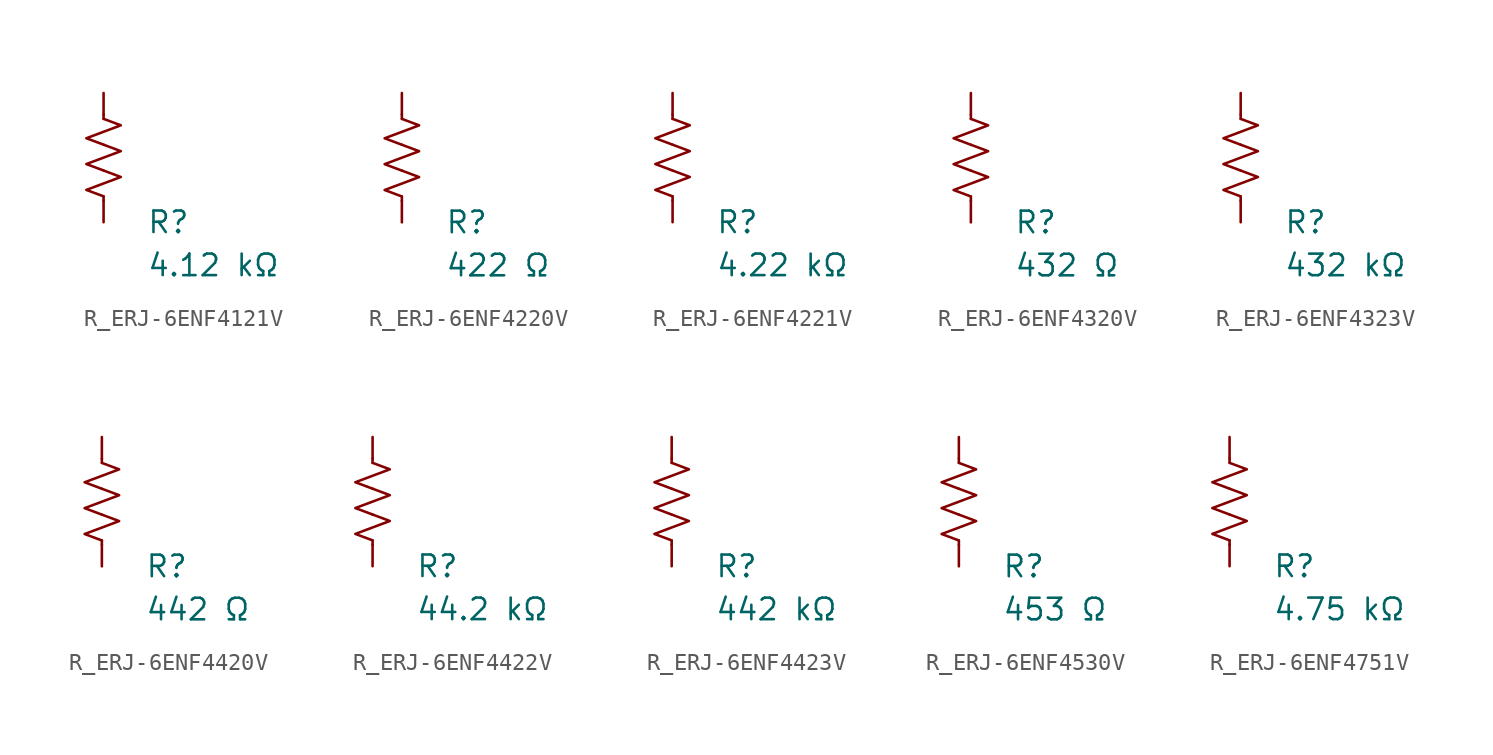
<source format=kicad_sym>
(kicad_symbol_lib
  (version 20231120)
  (generator "kicad_symbol_editor")
  (generator_version "8.0")
  (symbol "R_ERJ-6ENF4121V"
    (pin_numbers hide)
    (pin_names
      (offset 0))
    (property "Reference" "R"
      (at 2.54 -3.81 0)
      (effects (font (size 1.27 1.27)) (justify left))
      (show_name no))
    (property "Value" "4.12 kΩ"
      (at 2.54 -6.35 0)
      (effects (font (size 1.27 1.27)) (justify left))
      (show_name no))
    (symbol "R_ERJ-6ENF4121V_0_1"
      (polyline (pts (xy 0 -2.286) (xy 0 -2.54)) (stroke (width 0) (type default)) (fill (type none)))
      (polyline (pts (xy 0 2.286) (xy 0 2.54)) (stroke (width 0) (type default)) (fill (type none)))
      (polyline (pts (xy 0 -0.762) (xy 1.016 -1.143) (xy 0 -1.524) (xy -1.016 -1.905) (xy 0 -2.286)) (stroke (width 0) (type default)) (fill (type none)))
      (polyline (pts (xy 0 0.762) (xy 1.016 0.381) (xy 0 0) (xy -1.016 -0.381) (xy 0 -0.762)) (stroke (width 0) (type default)) (fill (type none)))
      (polyline (pts (xy 0 2.286) (xy 1.016 1.905) (xy 0 1.524) (xy -1.016 1.143) (xy 0 0.762)) (stroke (width 0) (type default)) (fill (type none))))
    (symbol "R_ERJ-6ENF4121V_1_1"
      (pin passive line (at 0 3.81 270) (length 1.27) (name "~" (effects (font (size 1.27 1.27)))) (number "1" (effects (font (size 1.27 1.27)))))
      (pin passive line (at 0 -3.81 90) (length 1.27) (name "~" (effects (font (size 1.27 1.27)))) (number "2" (effects (font (size 1.27 1.27)))))))
  (symbol "R_ERJ-6ENF4220V"
    (pin_numbers hide)
    (pin_names
      (offset 0))
    (property "Reference" "R"
      (at 2.54 -3.81 0)
      (effects (font (size 1.27 1.27)) (justify left))
      (show_name no))
    (property "Value" "422 Ω"
      (at 2.54 -6.35 0)
      (effects (font (size 1.27 1.27)) (justify left))
      (show_name no))
    (symbol "R_ERJ-6ENF4220V_0_1"
      (polyline (pts (xy 0 -2.286) (xy 0 -2.54)) (stroke (width 0) (type default)) (fill (type none)))
      (polyline (pts (xy 0 2.286) (xy 0 2.54)) (stroke (width 0) (type default)) (fill (type none)))
      (polyline (pts (xy 0 -0.762) (xy 1.016 -1.143) (xy 0 -1.524) (xy -1.016 -1.905) (xy 0 -2.286)) (stroke (width 0) (type default)) (fill (type none)))
      (polyline (pts (xy 0 0.762) (xy 1.016 0.381) (xy 0 0) (xy -1.016 -0.381) (xy 0 -0.762)) (stroke (width 0) (type default)) (fill (type none)))
      (polyline (pts (xy 0 2.286) (xy 1.016 1.905) (xy 0 1.524) (xy -1.016 1.143) (xy 0 0.762)) (stroke (width 0) (type default)) (fill (type none))))
    (symbol "R_ERJ-6ENF4220V_1_1"
      (pin passive line (at 0 3.81 270) (length 1.27) (name "~" (effects (font (size 1.27 1.27)))) (number "1" (effects (font (size 1.27 1.27)))))
      (pin passive line (at 0 -3.81 90) (length 1.27) (name "~" (effects (font (size 1.27 1.27)))) (number "2" (effects (font (size 1.27 1.27)))))))
  (symbol "R_ERJ-6ENF4221V"
    (pin_numbers hide)
    (pin_names
      (offset 0))
    (property "Reference" "R"
      (at 2.54 -3.81 0)
      (effects (font (size 1.27 1.27)) (justify left))
      (show_name no))
    (property "Value" "4.22 kΩ"
      (at 2.54 -6.35 0)
      (effects (font (size 1.27 1.27)) (justify left))
      (show_name no))
    (symbol "R_ERJ-6ENF4221V_0_1"
      (polyline (pts (xy 0 -2.286) (xy 0 -2.54)) (stroke (width 0) (type default)) (fill (type none)))
      (polyline (pts (xy 0 2.286) (xy 0 2.54)) (stroke (width 0) (type default)) (fill (type none)))
      (polyline (pts (xy 0 -0.762) (xy 1.016 -1.143) (xy 0 -1.524) (xy -1.016 -1.905) (xy 0 -2.286)) (stroke (width 0) (type default)) (fill (type none)))
      (polyline (pts (xy 0 0.762) (xy 1.016 0.381) (xy 0 0) (xy -1.016 -0.381) (xy 0 -0.762)) (stroke (width 0) (type default)) (fill (type none)))
      (polyline (pts (xy 0 2.286) (xy 1.016 1.905) (xy 0 1.524) (xy -1.016 1.143) (xy 0 0.762)) (stroke (width 0) (type default)) (fill (type none))))
    (symbol "R_ERJ-6ENF4221V_1_1"
      (pin passive line (at 0 3.81 270) (length 1.27) (name "~" (effects (font (size 1.27 1.27)))) (number "1" (effects (font (size 1.27 1.27)))))
      (pin passive line (at 0 -3.81 90) (length 1.27) (name "~" (effects (font (size 1.27 1.27)))) (number "2" (effects (font (size 1.27 1.27)))))))
  (symbol "R_ERJ-6ENF4320V"
    (pin_numbers hide)
    (pin_names
      (offset 0))
    (property "Reference" "R"
      (at 2.54 -3.81 0)
      (effects (font (size 1.27 1.27)) (justify left))
      (show_name no))
    (property "Value" "432 Ω"
      (at 2.54 -6.35 0)
      (effects (font (size 1.27 1.27)) (justify left))
      (show_name no))
    (symbol "R_ERJ-6ENF4320V_0_1"
      (polyline (pts (xy 0 -2.286) (xy 0 -2.54)) (stroke (width 0) (type default)) (fill (type none)))
      (polyline (pts (xy 0 2.286) (xy 0 2.54)) (stroke (width 0) (type default)) (fill (type none)))
      (polyline (pts (xy 0 -0.762) (xy 1.016 -1.143) (xy 0 -1.524) (xy -1.016 -1.905) (xy 0 -2.286)) (stroke (width 0) (type default)) (fill (type none)))
      (polyline (pts (xy 0 0.762) (xy 1.016 0.381) (xy 0 0) (xy -1.016 -0.381) (xy 0 -0.762)) (stroke (width 0) (type default)) (fill (type none)))
      (polyline (pts (xy 0 2.286) (xy 1.016 1.905) (xy 0 1.524) (xy -1.016 1.143) (xy 0 0.762)) (stroke (width 0) (type default)) (fill (type none))))
    (symbol "R_ERJ-6ENF4320V_1_1"
      (pin passive line (at 0 3.81 270) (length 1.27) (name "~" (effects (font (size 1.27 1.27)))) (number "1" (effects (font (size 1.27 1.27)))))
      (pin passive line (at 0 -3.81 90) (length 1.27) (name "~" (effects (font (size 1.27 1.27)))) (number "2" (effects (font (size 1.27 1.27)))))))
  (symbol "R_ERJ-6ENF4323V"
    (pin_numbers hide)
    (pin_names
      (offset 0))
    (property "Reference" "R"
      (at 2.54 -3.81 0)
      (effects (font (size 1.27 1.27)) (justify left))
      (show_name no))
    (property "Value" "432 kΩ"
      (at 2.54 -6.35 0)
      (effects (font (size 1.27 1.27)) (justify left))
      (show_name no))
    (symbol "R_ERJ-6ENF4323V_0_1"
      (polyline (pts (xy 0 -2.286) (xy 0 -2.54)) (stroke (width 0) (type default)) (fill (type none)))
      (polyline (pts (xy 0 2.286) (xy 0 2.54)) (stroke (width 0) (type default)) (fill (type none)))
      (polyline (pts (xy 0 -0.762) (xy 1.016 -1.143) (xy 0 -1.524) (xy -1.016 -1.905) (xy 0 -2.286)) (stroke (width 0) (type default)) (fill (type none)))
      (polyline (pts (xy 0 0.762) (xy 1.016 0.381) (xy 0 0) (xy -1.016 -0.381) (xy 0 -0.762)) (stroke (width 0) (type default)) (fill (type none)))
      (polyline (pts (xy 0 2.286) (xy 1.016 1.905) (xy 0 1.524) (xy -1.016 1.143) (xy 0 0.762)) (stroke (width 0) (type default)) (fill (type none))))
    (symbol "R_ERJ-6ENF4323V_1_1"
      (pin passive line (at 0 3.81 270) (length 1.27) (name "~" (effects (font (size 1.27 1.27)))) (number "1" (effects (font (size 1.27 1.27)))))
      (pin passive line (at 0 -3.81 90) (length 1.27) (name "~" (effects (font (size 1.27 1.27)))) (number "2" (effects (font (size 1.27 1.27)))))))
  (symbol "R_ERJ-6ENF4420V"
    (pin_numbers hide)
    (pin_names
      (offset 0))
    (property "Reference" "R"
      (at 2.54 -3.81 0)
      (effects (font (size 1.27 1.27)) (justify left))
      (show_name no))
    (property "Value" "442 Ω"
      (at 2.54 -6.35 0)
      (effects (font (size 1.27 1.27)) (justify left))
      (show_name no))
    (symbol "R_ERJ-6ENF4420V_0_1"
      (polyline (pts (xy 0 -2.286) (xy 0 -2.54)) (stroke (width 0) (type default)) (fill (type none)))
      (polyline (pts (xy 0 2.286) (xy 0 2.54)) (stroke (width 0) (type default)) (fill (type none)))
      (polyline (pts (xy 0 -0.762) (xy 1.016 -1.143) (xy 0 -1.524) (xy -1.016 -1.905) (xy 0 -2.286)) (stroke (width 0) (type default)) (fill (type none)))
      (polyline (pts (xy 0 0.762) (xy 1.016 0.381) (xy 0 0) (xy -1.016 -0.381) (xy 0 -0.762)) (stroke (width 0) (type default)) (fill (type none)))
      (polyline (pts (xy 0 2.286) (xy 1.016 1.905) (xy 0 1.524) (xy -1.016 1.143) (xy 0 0.762)) (stroke (width 0) (type default)) (fill (type none))))
    (symbol "R_ERJ-6ENF4420V_1_1"
      (pin passive line (at 0 3.81 270) (length 1.27) (name "~" (effects (font (size 1.27 1.27)))) (number "1" (effects (font (size 1.27 1.27)))))
      (pin passive line (at 0 -3.81 90) (length 1.27) (name "~" (effects (font (size 1.27 1.27)))) (number "2" (effects (font (size 1.27 1.27)))))))
  (symbol "R_ERJ-6ENF4422V"
    (pin_numbers hide)
    (pin_names
      (offset 0))
    (property "Reference" "R"
      (at 2.54 -3.81 0)
      (effects (font (size 1.27 1.27)) (justify left))
      (show_name no))
    (property "Value" "44.2 kΩ"
      (at 2.54 -6.35 0)
      (effects (font (size 1.27 1.27)) (justify left))
      (show_name no))
    (symbol "R_ERJ-6ENF4422V_0_1"
      (polyline (pts (xy 0 -2.286) (xy 0 -2.54)) (stroke (width 0) (type default)) (fill (type none)))
      (polyline (pts (xy 0 2.286) (xy 0 2.54)) (stroke (width 0) (type default)) (fill (type none)))
      (polyline (pts (xy 0 -0.762) (xy 1.016 -1.143) (xy 0 -1.524) (xy -1.016 -1.905) (xy 0 -2.286)) (stroke (width 0) (type default)) (fill (type none)))
      (polyline (pts (xy 0 0.762) (xy 1.016 0.381) (xy 0 0) (xy -1.016 -0.381) (xy 0 -0.762)) (stroke (width 0) (type default)) (fill (type none)))
      (polyline (pts (xy 0 2.286) (xy 1.016 1.905) (xy 0 1.524) (xy -1.016 1.143) (xy 0 0.762)) (stroke (width 0) (type default)) (fill (type none))))
    (symbol "R_ERJ-6ENF4422V_1_1"
      (pin passive line (at 0 3.81 270) (length 1.27) (name "~" (effects (font (size 1.27 1.27)))) (number "1" (effects (font (size 1.27 1.27)))))
      (pin passive line (at 0 -3.81 90) (length 1.27) (name "~" (effects (font (size 1.27 1.27)))) (number "2" (effects (font (size 1.27 1.27)))))))
  (symbol "R_ERJ-6ENF4423V"
    (pin_numbers hide)
    (pin_names
      (offset 0))
    (property "Reference" "R"
      (at 2.54 -3.81 0)
      (effects (font (size 1.27 1.27)) (justify left))
      (show_name no))
    (property "Value" "442 kΩ"
      (at 2.54 -6.35 0)
      (effects (font (size 1.27 1.27)) (justify left))
      (show_name no))
    (symbol "R_ERJ-6ENF4423V_0_1"
      (polyline (pts (xy 0 -2.286) (xy 0 -2.54)) (stroke (width 0) (type default)) (fill (type none)))
      (polyline (pts (xy 0 2.286) (xy 0 2.54)) (stroke (width 0) (type default)) (fill (type none)))
      (polyline (pts (xy 0 -0.762) (xy 1.016 -1.143) (xy 0 -1.524) (xy -1.016 -1.905) (xy 0 -2.286)) (stroke (width 0) (type default)) (fill (type none)))
      (polyline (pts (xy 0 0.762) (xy 1.016 0.381) (xy 0 0) (xy -1.016 -0.381) (xy 0 -0.762)) (stroke (width 0) (type default)) (fill (type none)))
      (polyline (pts (xy 0 2.286) (xy 1.016 1.905) (xy 0 1.524) (xy -1.016 1.143) (xy 0 0.762)) (stroke (width 0) (type default)) (fill (type none))))
    (symbol "R_ERJ-6ENF4423V_1_1"
      (pin passive line (at 0 3.81 270) (length 1.27) (name "~" (effects (font (size 1.27 1.27)))) (number "1" (effects (font (size 1.27 1.27)))))
      (pin passive line (at 0 -3.81 90) (length 1.27) (name "~" (effects (font (size 1.27 1.27)))) (number "2" (effects (font (size 1.27 1.27)))))))
  (symbol "R_ERJ-6ENF4530V"
    (pin_numbers hide)
    (pin_names
      (offset 0))
    (property "Reference" "R"
      (at 2.54 -3.81 0)
      (effects (font (size 1.27 1.27)) (justify left))
      (show_name no))
    (property "Value" "453 Ω"
      (at 2.54 -6.35 0)
      (effects (font (size 1.27 1.27)) (justify left))
      (show_name no))
    (symbol "R_ERJ-6ENF4530V_0_1"
      (polyline (pts (xy 0 -2.286) (xy 0 -2.54)) (stroke (width 0) (type default)) (fill (type none)))
      (polyline (pts (xy 0 2.286) (xy 0 2.54)) (stroke (width 0) (type default)) (fill (type none)))
      (polyline (pts (xy 0 -0.762) (xy 1.016 -1.143) (xy 0 -1.524) (xy -1.016 -1.905) (xy 0 -2.286)) (stroke (width 0) (type default)) (fill (type none)))
      (polyline (pts (xy 0 0.762) (xy 1.016 0.381) (xy 0 0) (xy -1.016 -0.381) (xy 0 -0.762)) (stroke (width 0) (type default)) (fill (type none)))
      (polyline (pts (xy 0 2.286) (xy 1.016 1.905) (xy 0 1.524) (xy -1.016 1.143) (xy 0 0.762)) (stroke (width 0) (type default)) (fill (type none))))
    (symbol "R_ERJ-6ENF4530V_1_1"
      (pin passive line (at 0 3.81 270) (length 1.27) (name "~" (effects (font (size 1.27 1.27)))) (number "1" (effects (font (size 1.27 1.27)))))
      (pin passive line (at 0 -3.81 90) (length 1.27) (name "~" (effects (font (size 1.27 1.27)))) (number "2" (effects (font (size 1.27 1.27)))))))
  (symbol "R_ERJ-6ENF4751V"
    (pin_numbers hide)
    (pin_names
      (offset 0))
    (property "Reference" "R"
      (at 2.54 -3.81 0)
      (effects (font (size 1.27 1.27)) (justify left))
      (show_name no))
    (property "Value" "4.75 kΩ"
      (at 2.54 -6.35 0)
      (effects (font (size 1.27 1.27)) (justify left))
      (show_name no))
    (symbol "R_ERJ-6ENF4751V_0_1"
      (polyline (pts (xy 0 -2.286) (xy 0 -2.54)) (stroke (width 0) (type default)) (fill (type none)))
      (polyline (pts (xy 0 2.286) (xy 0 2.54)) (stroke (width 0) (type default)) (fill (type none)))
      (polyline (pts (xy 0 -0.762) (xy 1.016 -1.143) (xy 0 -1.524) (xy -1.016 -1.905) (xy 0 -2.286)) (stroke (width 0) (type default)) (fill (type none)))
      (polyline (pts (xy 0 0.762) (xy 1.016 0.381) (xy 0 0) (xy -1.016 -0.381) (xy 0 -0.762)) (stroke (width 0) (type default)) (fill (type none)))
      (polyline (pts (xy 0 2.286) (xy 1.016 1.905) (xy 0 1.524) (xy -1.016 1.143) (xy 0 0.762)) (stroke (width 0) (type default)) (fill (type none))))
    (symbol "R_ERJ-6ENF4751V_1_1"
      (pin passive line (at 0 3.81 270) (length 1.27) (name "~" (effects (font (size 1.27 1.27)))) (number "1" (effects (font (size 1.27 1.27)))))
      (pin passive line (at 0 -3.81 90) (length 1.27) (name "~" (effects (font (size 1.27 1.27)))) (number "2" (effects (font (size 1.27 1.27))))))))
</source>
